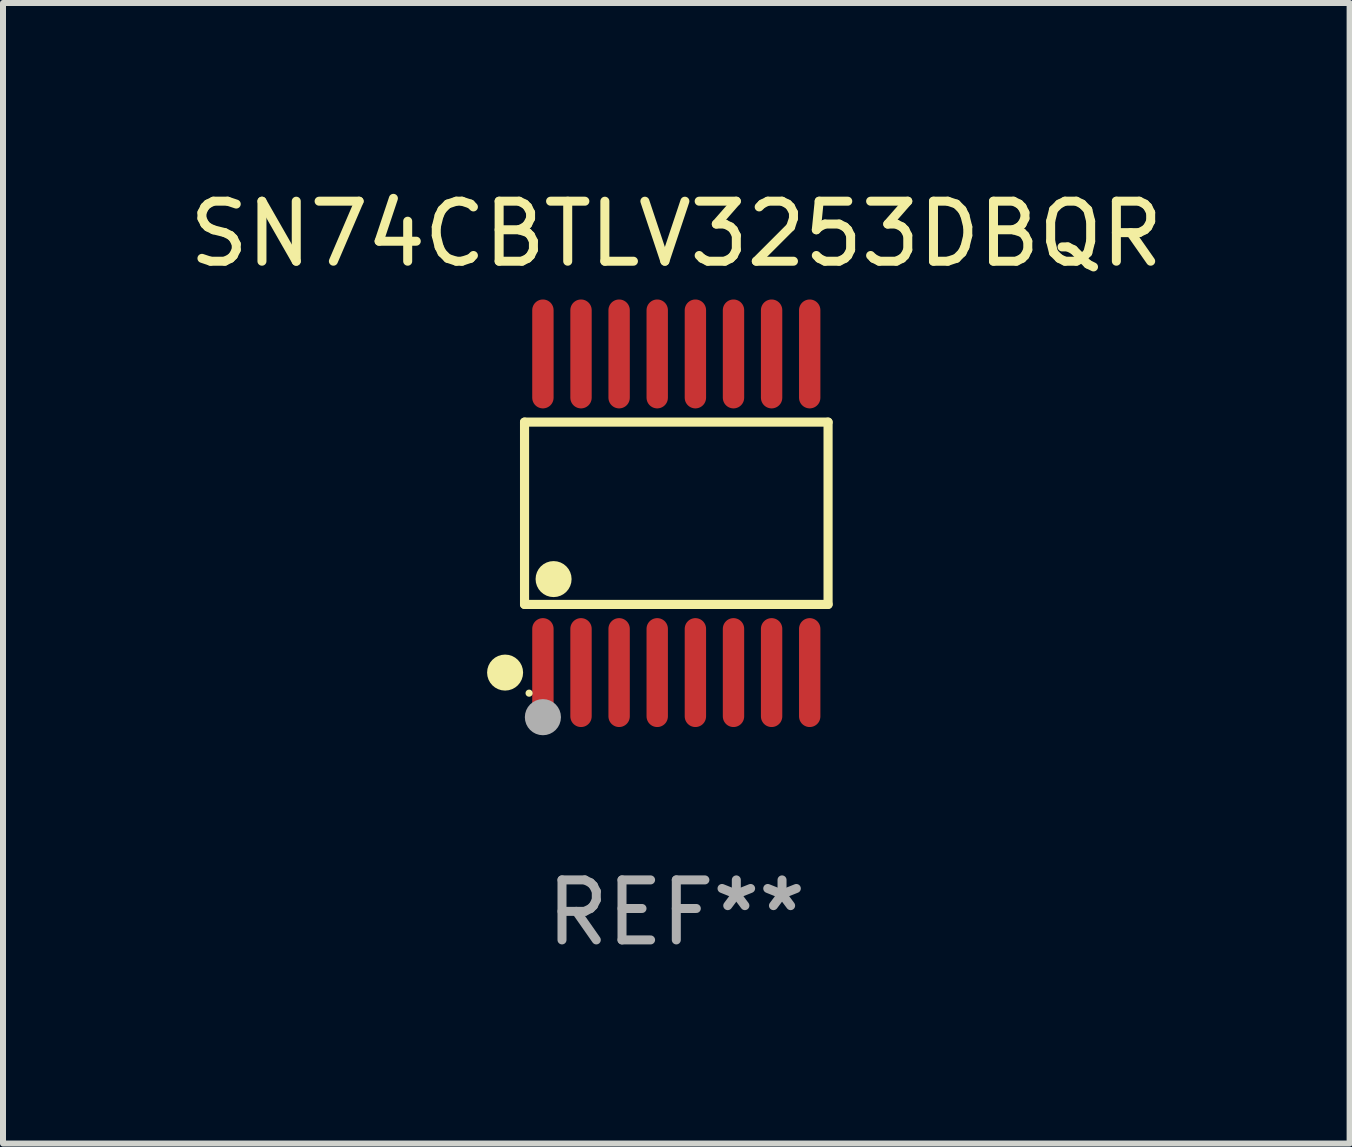
<source format=kicad_pcb>
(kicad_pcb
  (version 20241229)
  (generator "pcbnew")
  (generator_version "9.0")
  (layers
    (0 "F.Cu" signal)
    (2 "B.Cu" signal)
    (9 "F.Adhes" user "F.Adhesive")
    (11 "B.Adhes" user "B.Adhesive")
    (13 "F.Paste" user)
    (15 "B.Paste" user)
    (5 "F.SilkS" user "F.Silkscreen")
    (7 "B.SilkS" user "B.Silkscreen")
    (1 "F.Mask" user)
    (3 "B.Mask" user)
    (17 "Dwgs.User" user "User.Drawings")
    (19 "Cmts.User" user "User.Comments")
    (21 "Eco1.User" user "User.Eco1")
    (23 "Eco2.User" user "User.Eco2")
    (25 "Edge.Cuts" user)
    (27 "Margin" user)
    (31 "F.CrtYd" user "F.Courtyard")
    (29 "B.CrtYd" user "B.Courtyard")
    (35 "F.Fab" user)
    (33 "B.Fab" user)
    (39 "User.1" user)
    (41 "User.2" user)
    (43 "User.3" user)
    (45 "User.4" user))
  (footprint "SN74CBTLV3253DBQR"
    (layer "F.Cu")
    (at 8.22 5.503)
    (property "Reference" "SN74CBTLV3253DBQR" (at 0 -4.655 0) (layer "F.SilkS") (effects (font (size 1 1) (thickness 0.15))))
    (attr through_hole)
    (fp_line (start -2.529 -1.519) (end 2.529 -1.519) (stroke (width 0.152) (type solid)) (layer "F.SilkS"))
    (fp_line (start -2.529 1.519) (end -2.529 -1.519) (stroke (width 0.152) (type solid)) (layer "F.SilkS"))
    (fp_line (start 2.529 -1.519) (end 2.529 1.519) (stroke (width 0.152) (type solid)) (layer "F.SilkS"))
    (fp_line (start 2.529 1.519) (end -2.529 1.519) (stroke (width 0.152) (type solid)) (layer "F.SilkS"))
    (fp_circle (center -2.853 2.655) (end -2.703 2.655) (stroke (width 0.3) (type solid)) (fill no) (layer "F.SilkS"))
    (fp_circle (center -2.453 2.998) (end -2.423 2.998) (stroke (width 0.06) (type solid)) (fill no) (layer "F.SilkS"))
    (fp_circle (center -2.045 1.097) (end -1.895 1.097) (stroke (width 0.3) (type solid)) (fill no) (layer "F.SilkS"))
    (fp_circle (center -2.223 3.398) (end -2.072 3.398) (stroke (width 0.3) (type solid)) (fill no) (layer "F.Fab"))
    (fp_text user "REF**" (at 0 6.655 0) (layer "F.Fab") (effects (font (size 1 1) (thickness 0.15))))
    (pad "1" smd oval (at -2.223 2.655) (size 0.356 1.815) (layers "F.Cu" "F.Mask" "F.Paste"))
    (pad "2" smd oval (at -1.588 2.655) (size 0.356 1.815) (layers "F.Cu" "F.Mask" "F.Paste"))
    (pad "3" smd oval (at -0.953 2.655) (size 0.356 1.815) (layers "F.Cu" "F.Mask" "F.Paste"))
    (pad "4" smd oval (at -0.318 2.655) (size 0.356 1.815) (layers "F.Cu" "F.Mask" "F.Paste"))
    (pad "5" smd oval (at 0.318 2.655) (size 0.356 1.815) (layers "F.Cu" "F.Mask" "F.Paste"))
    (pad "6" smd oval (at 0.953 2.655) (size 0.356 1.815) (layers "F.Cu" "F.Mask" "F.Paste"))
    (pad "7" smd oval (at 1.588 2.655) (size 0.356 1.815) (layers "F.Cu" "F.Mask" "F.Paste"))
    (pad "8" smd oval (at 2.223 2.655) (size 0.356 1.815) (layers "F.Cu" "F.Mask" "F.Paste"))
    (pad "9" smd oval (at 2.223 -2.655) (size 0.356 1.815) (layers "F.Cu" "F.Mask" "F.Paste"))
    (pad "10" smd oval (at 1.588 -2.655) (size 0.356 1.815) (layers "F.Cu" "F.Mask" "F.Paste"))
    (pad "11" smd oval (at 0.953 -2.655) (size 0.356 1.815) (layers "F.Cu" "F.Mask" "F.Paste"))
    (pad "12" smd oval (at 0.318 -2.655) (size 0.356 1.815) (layers "F.Cu" "F.Mask" "F.Paste"))
    (pad "13" smd oval (at -0.318 -2.655) (size 0.356 1.815) (layers "F.Cu" "F.Mask" "F.Paste"))
    (pad "14" smd oval (at -0.953 -2.655) (size 0.356 1.815) (layers "F.Cu" "F.Mask" "F.Paste"))
    (pad "15" smd oval (at -1.588 -2.655) (size 0.356 1.815) (layers "F.Cu" "F.Mask" "F.Paste"))
    (pad "16" smd oval (at -2.223 -2.655) (size 0.356 1.815) (layers "F.Cu" "F.Mask" "F.Paste")))
  (gr_rect
    (start -3 -3)
    (end 19.44 16.006)
    (stroke (width 0.1) (type default))
    (fill no)
    (layer "Edge.Cuts")))
</source>
